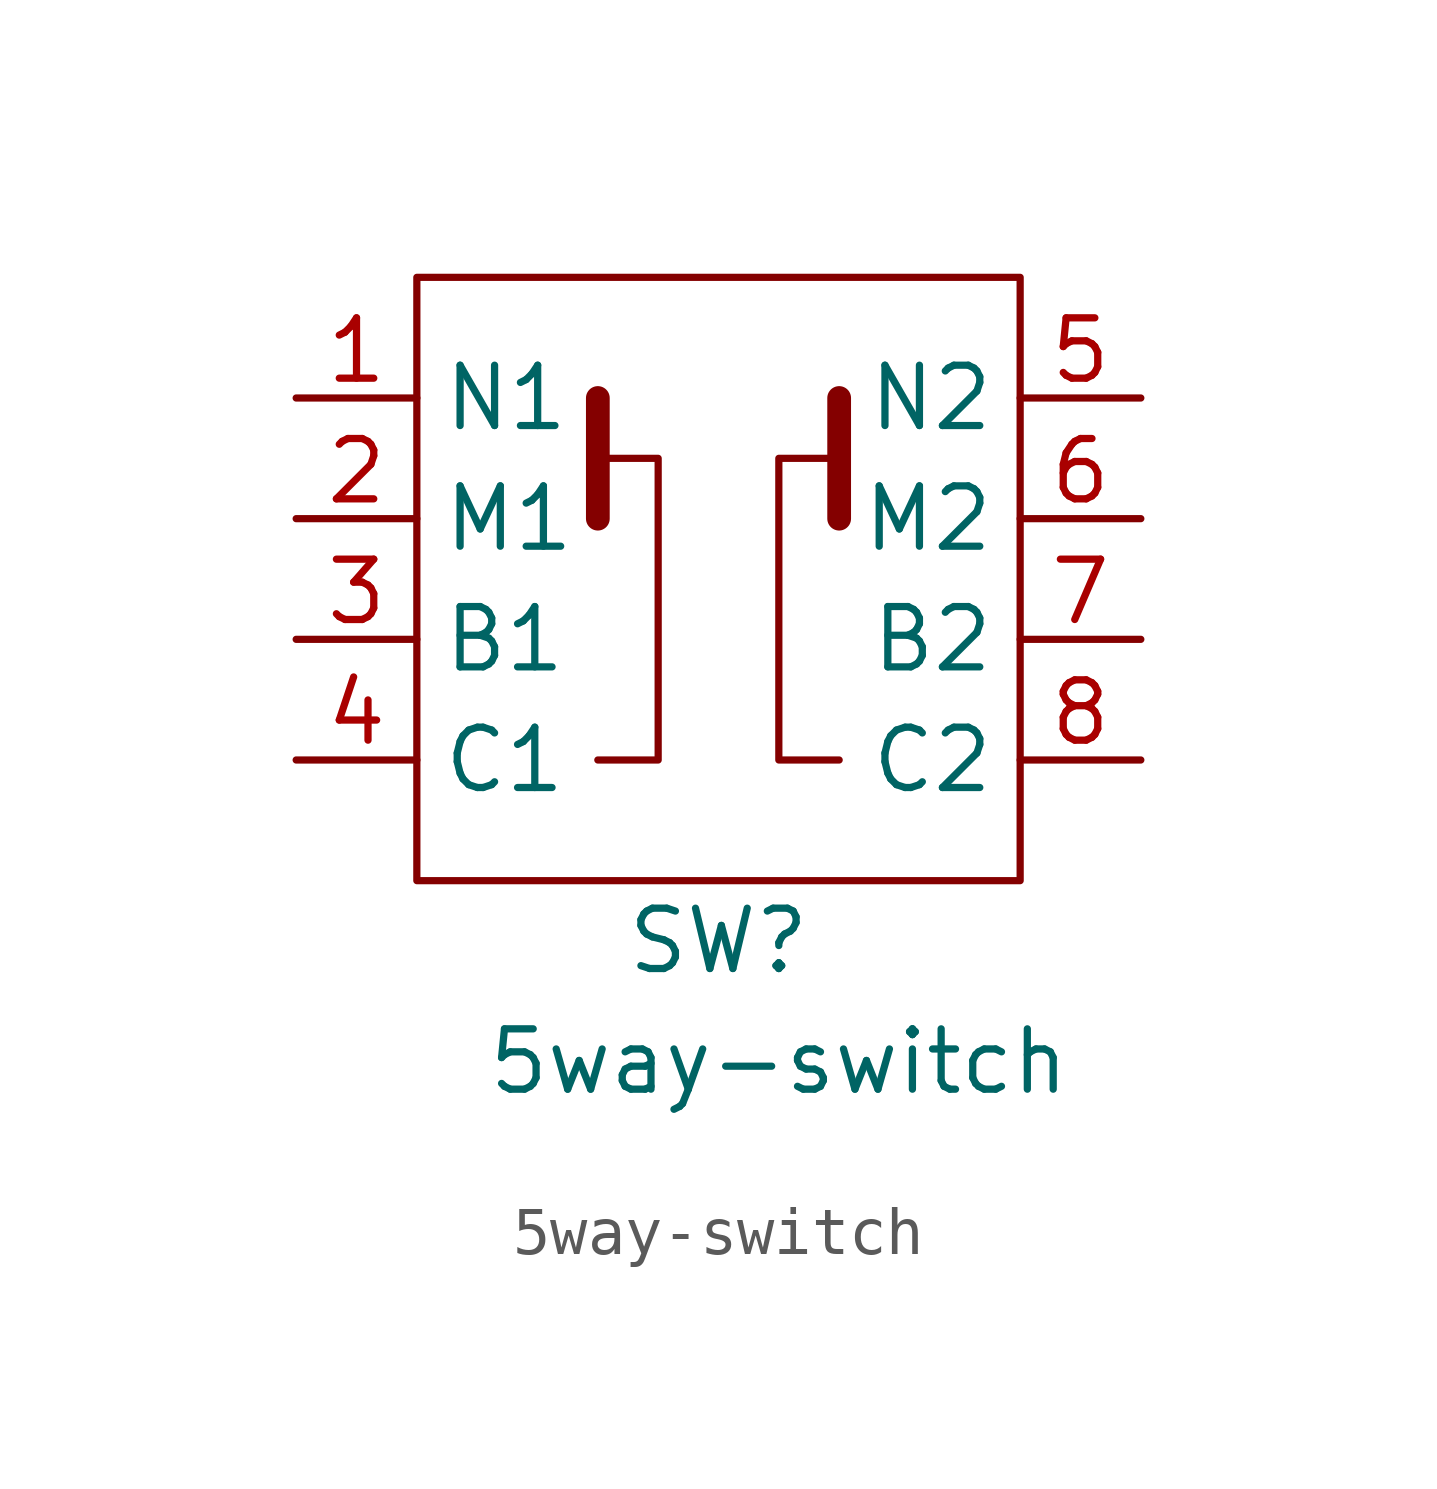
<source format=kicad_sym>
(kicad_symbol_lib
  (version 20211014)
  (generator kicad_symbol_editor)
  (symbol "5way-switch"
    (property "Reference" "SW"
      (at 0 -7.62 0)
      (effects (font (size 1.27 1.27))))
    (property "Value" "5way-switch"
      (at 1.27 -10.16 0)
      (effects (font (size 1.27 1.27))))
    (symbol "5way-switch_0_1"
      (rectangle (start -6.35 6.35) (end 6.35 -6.35) (stroke (width 0.152) (type default) (color 0 0 0 0)) (fill (type none)))
      (polyline (pts (xy -2.54 3.81) (xy -2.54 1.27)) (stroke (width 0.5) (type default) (color 0 0 0 0)) (fill (type none)))
      (polyline (pts (xy 2.54 3.81) (xy 2.54 1.27)) (stroke (width 0.5) (type default) (color 0 0 0 0)) (fill (type none)))
      (polyline (pts (xy -2.54 2.54) (xy -1.27 2.54) (xy -1.27 -3.81) (xy -2.54 -3.81)) (stroke (width 0.152) (type default) (color 0 0 0 0)) (fill (type none)))
      (polyline (pts (xy 2.54 2.54) (xy 1.27 2.54) (xy 1.27 -3.81) (xy 2.54 -3.81)) (stroke (width 0.152) (type default) (color 0 0 0 0)) (fill (type none))))
    (symbol "5way-switch_1_1"
      (pin passive line (at -8.89 3.81 0) (length 2.54) (name "N1" (effects (font (size 1.27 1.27)))) (number "1" (effects (font (size 1.27 1.27)))))
      (pin passive line (at -8.89 1.27 0) (length 2.54) (name "M1" (effects (font (size 1.27 1.27)))) (number "2" (effects (font (size 1.27 1.27)))))
      (pin passive line (at -8.89 -1.27 0) (length 2.54) (name "B1" (effects (font (size 1.27 1.27)))) (number "3" (effects (font (size 1.27 1.27)))))
      (pin passive line (at -8.89 -3.81 0) (length 2.54) (name "C1" (effects (font (size 1.27 1.27)))) (number "4" (effects (font (size 1.27 1.27)))))
      (pin passive line (at 8.89 3.81 180) (length 2.54) (name "N2" (effects (font (size 1.27 1.27)))) (number "5" (effects (font (size 1.27 1.27)))))
      (pin passive line (at 8.89 1.27 180) (length 2.54) (name "M2" (effects (font (size 1.27 1.27)))) (number "6" (effects (font (size 1.27 1.27)))))
      (pin passive line (at 8.89 -1.27 180) (length 2.54) (name "B2" (effects (font (size 1.27 1.27)))) (number "7" (effects (font (size 1.27 1.27)))))
      (pin passive line (at 8.89 -3.81 180) (length 2.54) (name "C2" (effects (font (size 1.27 1.27)))) (number "8" (effects (font (size 1.27 1.27))))))))
</source>
